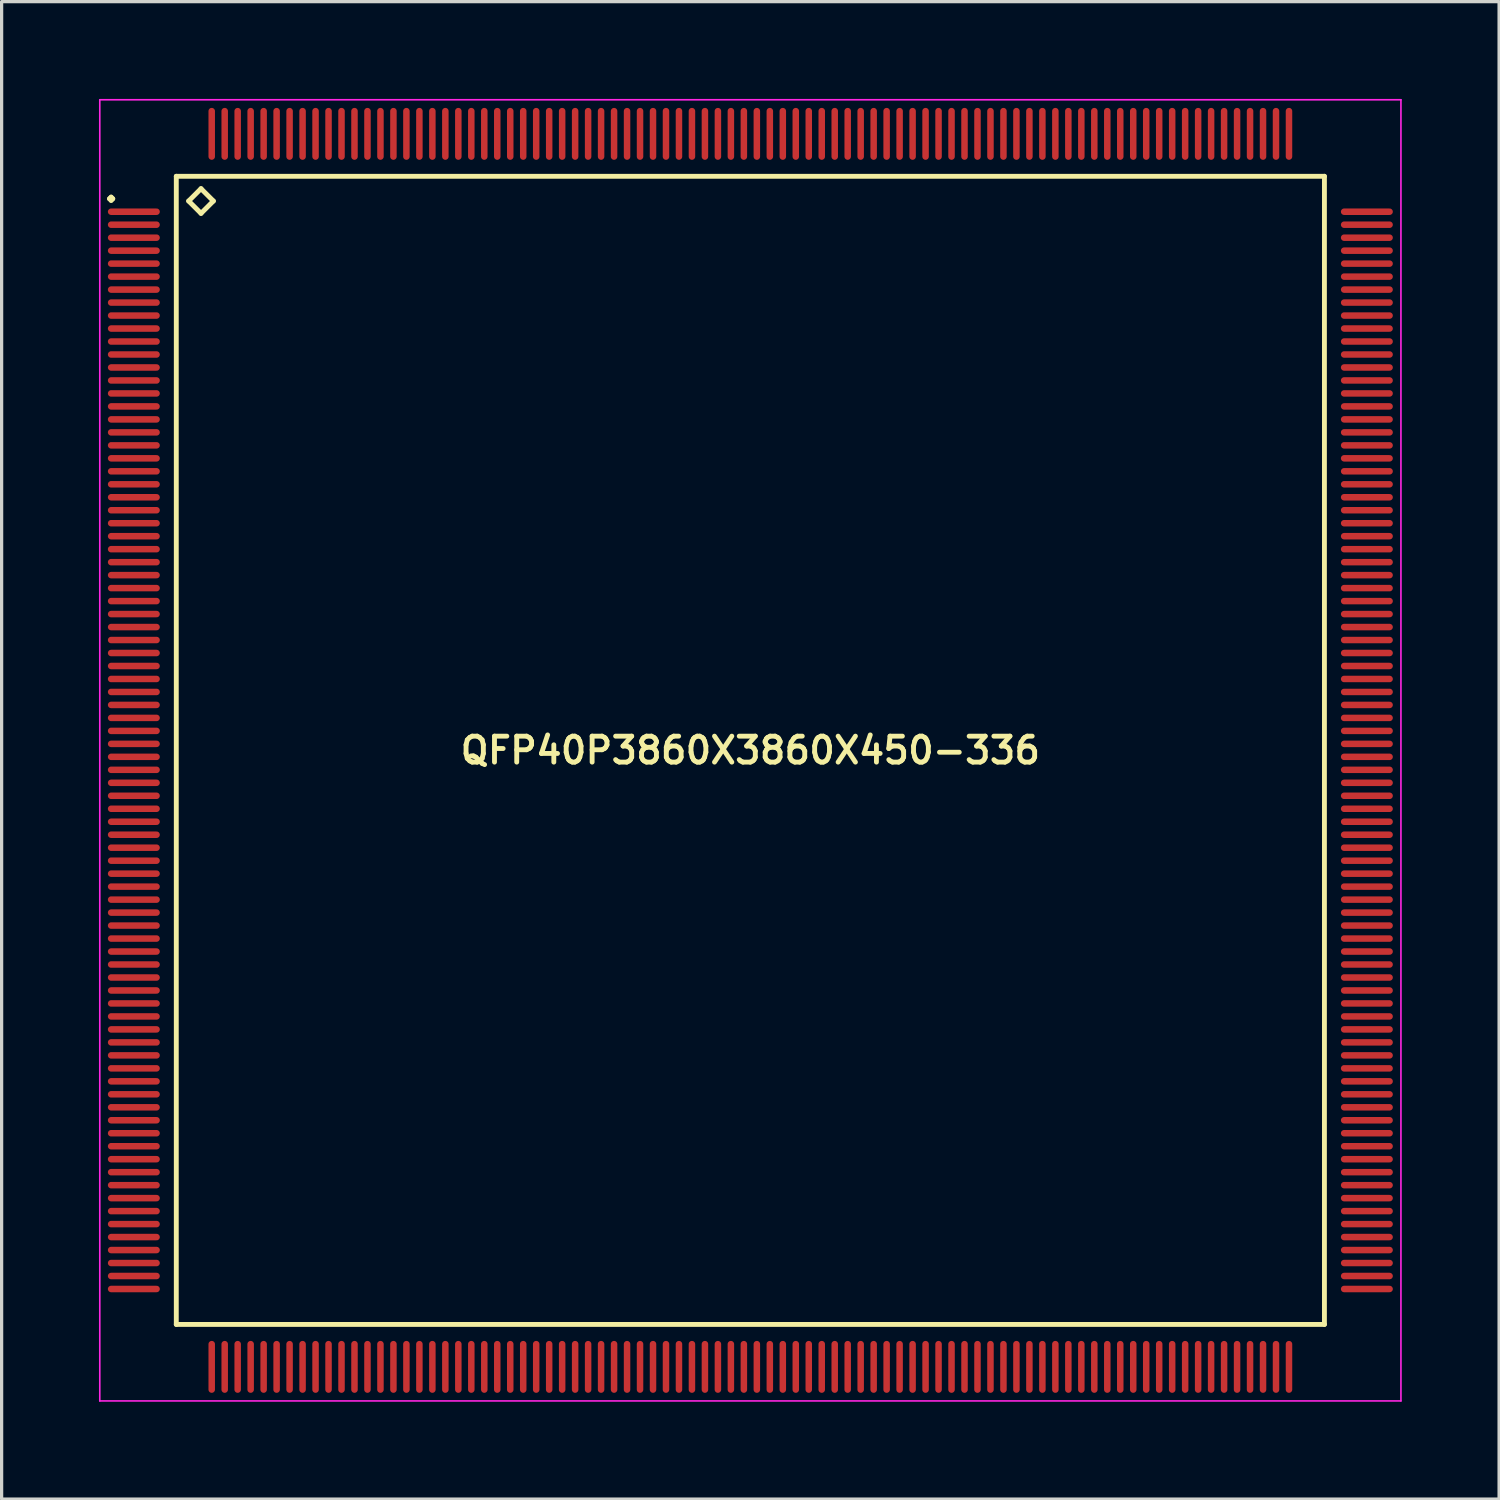
<source format=kicad_pcb>
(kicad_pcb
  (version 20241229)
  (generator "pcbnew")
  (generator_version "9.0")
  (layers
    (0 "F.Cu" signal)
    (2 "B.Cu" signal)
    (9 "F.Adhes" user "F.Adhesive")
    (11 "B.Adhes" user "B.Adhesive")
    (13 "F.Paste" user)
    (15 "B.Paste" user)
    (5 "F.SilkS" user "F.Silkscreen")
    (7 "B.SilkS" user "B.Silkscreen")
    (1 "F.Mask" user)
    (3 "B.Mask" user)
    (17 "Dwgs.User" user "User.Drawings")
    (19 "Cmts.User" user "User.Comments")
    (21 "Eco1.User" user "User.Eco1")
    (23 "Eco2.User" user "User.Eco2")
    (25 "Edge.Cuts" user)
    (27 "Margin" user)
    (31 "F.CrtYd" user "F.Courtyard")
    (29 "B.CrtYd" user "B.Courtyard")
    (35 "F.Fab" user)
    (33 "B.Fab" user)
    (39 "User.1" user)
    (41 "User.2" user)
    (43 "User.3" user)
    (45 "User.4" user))
  (footprint "QFP40P3860X3860X450-336"
    (layer "F.Cu")
    (at 20.075 20.075)
    (property "Reference" "QFP40P3860X3860X450-336" (at 0 0 0) (layer "F.SilkS") (effects (font (size 0.8 0.8) (thickness 0.15))))
    (attr smd)
    (fp_line (start -19.75 -17) (end -19.7 -17.05) (stroke (width 0.15) (type solid)) (layer "F.SilkS"))
    (fp_line (start -19.7 -17.05) (end -19.65 -17) (stroke (width 0.15) (type solid)) (layer "F.SilkS"))
    (fp_line (start -19.7 -16.95) (end -19.75 -17) (stroke (width 0.15) (type solid)) (layer "F.SilkS"))
    (fp_line (start -19.65 -17) (end -19.7 -16.95) (stroke (width 0.15) (type solid)) (layer "F.SilkS"))
    (fp_line (start -17.692 -17.692) (end -17.692 17.692) (stroke (width 0.15) (type solid)) (layer "F.SilkS"))
    (fp_line (start -17.692 17.692) (end 17.692 17.692) (stroke (width 0.15) (type solid)) (layer "F.SilkS"))
    (fp_line (start -17.311 -16.93) (end -16.93 -17.311) (stroke (width 0.15) (type solid)) (layer "F.SilkS"))
    (fp_line (start -16.93 -17.311) (end -16.549 -16.93) (stroke (width 0.15) (type solid)) (layer "F.SilkS"))
    (fp_line (start -16.93 -16.549) (end -17.311 -16.93) (stroke (width 0.15) (type solid)) (layer "F.SilkS"))
    (fp_line (start -16.549 -16.93) (end -16.93 -16.549) (stroke (width 0.15) (type solid)) (layer "F.SilkS"))
    (fp_line (start 17.692 -17.692) (end -17.692 -17.692) (stroke (width 0.15) (type solid)) (layer "F.SilkS"))
    (fp_line (start 17.692 17.692) (end 17.692 -17.692) (stroke (width 0.15) (type solid)) (layer "F.SilkS"))
    (fp_line (start -20.05 -20.05) (end 20.05 -20.05) (stroke (width 0.05) (type solid)) (layer "F.CrtYd"))
    (fp_line (start -20.05 20.05) (end -20.05 -20.05) (stroke (width 0.05) (type solid)) (layer "F.CrtYd"))
    (fp_line (start 20.05 -20.05) (end 20.05 20.05) (stroke (width 0.05) (type solid)) (layer "F.CrtYd"))
    (fp_line (start 20.05 20.05) (end -20.05 20.05) (stroke (width 0.05) (type solid)) (layer "F.CrtYd"))
    (pad "1" smd oval (at -19 -16.6) (size 1.6 0.2) (layers "F.Cu" "F.Mask" "F.Paste"))
    (pad "2" smd oval (at -19 -16.2) (size 1.6 0.2) (layers "F.Cu" "F.Mask" "F.Paste"))
    (pad "3" smd oval (at -19 -15.8) (size 1.6 0.2) (layers "F.Cu" "F.Mask" "F.Paste"))
    (pad "4" smd oval (at -19 -15.4) (size 1.6 0.2) (layers "F.Cu" "F.Mask" "F.Paste"))
    (pad "5" smd oval (at -19 -15) (size 1.6 0.2) (layers "F.Cu" "F.Mask" "F.Paste"))
    (pad "6" smd oval (at -19 -14.6) (size 1.6 0.2) (layers "F.Cu" "F.Mask" "F.Paste"))
    (pad "7" smd oval (at -19 -14.2) (size 1.6 0.2) (layers "F.Cu" "F.Mask" "F.Paste"))
    (pad "8" smd oval (at -19 -13.8) (size 1.6 0.2) (layers "F.Cu" "F.Mask" "F.Paste"))
    (pad "9" smd oval (at -19 -13.4) (size 1.6 0.2) (layers "F.Cu" "F.Mask" "F.Paste"))
    (pad "10" smd oval (at -19 -13) (size 1.6 0.2) (layers "F.Cu" "F.Mask" "F.Paste"))
    (pad "11" smd oval (at -19 -12.6) (size 1.6 0.2) (layers "F.Cu" "F.Mask" "F.Paste"))
    (pad "12" smd oval (at -19 -12.2) (size 1.6 0.2) (layers "F.Cu" "F.Mask" "F.Paste"))
    (pad "13" smd oval (at -19 -11.8) (size 1.6 0.2) (layers "F.Cu" "F.Mask" "F.Paste"))
    (pad "14" smd oval (at -19 -11.4) (size 1.6 0.2) (layers "F.Cu" "F.Mask" "F.Paste"))
    (pad "15" smd oval (at -19 -11) (size 1.6 0.2) (layers "F.Cu" "F.Mask" "F.Paste"))
    (pad "16" smd oval (at -19 -10.6) (size 1.6 0.2) (layers "F.Cu" "F.Mask" "F.Paste"))
    (pad "17" smd oval (at -19 -10.2) (size 1.6 0.2) (layers "F.Cu" "F.Mask" "F.Paste"))
    (pad "18" smd oval (at -19 -9.8) (size 1.6 0.2) (layers "F.Cu" "F.Mask" "F.Paste"))
    (pad "19" smd oval (at -19 -9.4) (size 1.6 0.2) (layers "F.Cu" "F.Mask" "F.Paste"))
    (pad "20" smd oval (at -19 -9) (size 1.6 0.2) (layers "F.Cu" "F.Mask" "F.Paste"))
    (pad "21" smd oval (at -19 -8.6) (size 1.6 0.2) (layers "F.Cu" "F.Mask" "F.Paste"))
    (pad "22" smd oval (at -19 -8.2) (size 1.6 0.2) (layers "F.Cu" "F.Mask" "F.Paste"))
    (pad "23" smd oval (at -19 -7.8) (size 1.6 0.2) (layers "F.Cu" "F.Mask" "F.Paste"))
    (pad "24" smd oval (at -19 -7.4) (size 1.6 0.2) (layers "F.Cu" "F.Mask" "F.Paste"))
    (pad "25" smd oval (at -19 -7) (size 1.6 0.2) (layers "F.Cu" "F.Mask" "F.Paste"))
    (pad "26" smd oval (at -19 -6.6) (size 1.6 0.2) (layers "F.Cu" "F.Mask" "F.Paste"))
    (pad "27" smd oval (at -19 -6.2) (size 1.6 0.2) (layers "F.Cu" "F.Mask" "F.Paste"))
    (pad "28" smd oval (at -19 -5.8) (size 1.6 0.2) (layers "F.Cu" "F.Mask" "F.Paste"))
    (pad "29" smd oval (at -19 -5.4) (size 1.6 0.2) (layers "F.Cu" "F.Mask" "F.Paste"))
    (pad "30" smd oval (at -19 -5) (size 1.6 0.2) (layers "F.Cu" "F.Mask" "F.Paste"))
    (pad "31" smd oval (at -19 -4.6) (size 1.6 0.2) (layers "F.Cu" "F.Mask" "F.Paste"))
    (pad "32" smd oval (at -19 -4.2) (size 1.6 0.2) (layers "F.Cu" "F.Mask" "F.Paste"))
    (pad "33" smd oval (at -19 -3.8) (size 1.6 0.2) (layers "F.Cu" "F.Mask" "F.Paste"))
    (pad "34" smd oval (at -19 -3.4) (size 1.6 0.2) (layers "F.Cu" "F.Mask" "F.Paste"))
    (pad "35" smd oval (at -19 -3) (size 1.6 0.2) (layers "F.Cu" "F.Mask" "F.Paste"))
    (pad "36" smd oval (at -19 -2.6) (size 1.6 0.2) (layers "F.Cu" "F.Mask" "F.Paste"))
    (pad "37" smd oval (at -19 -2.2) (size 1.6 0.2) (layers "F.Cu" "F.Mask" "F.Paste"))
    (pad "38" smd oval (at -19 -1.8) (size 1.6 0.2) (layers "F.Cu" "F.Mask" "F.Paste"))
    (pad "39" smd oval (at -19 -1.4) (size 1.6 0.2) (layers "F.Cu" "F.Mask" "F.Paste"))
    (pad "40" smd oval (at -19 -1) (size 1.6 0.2) (layers "F.Cu" "F.Mask" "F.Paste"))
    (pad "41" smd oval (at -19 -0.6) (size 1.6 0.2) (layers "F.Cu" "F.Mask" "F.Paste"))
    (pad "42" smd oval (at -19 -0.2) (size 1.6 0.2) (layers "F.Cu" "F.Mask" "F.Paste"))
    (pad "43" smd oval (at -19 0.2) (size 1.6 0.2) (layers "F.Cu" "F.Mask" "F.Paste"))
    (pad "44" smd oval (at -19 0.6) (size 1.6 0.2) (layers "F.Cu" "F.Mask" "F.Paste"))
    (pad "45" smd oval (at -19 1) (size 1.6 0.2) (layers "F.Cu" "F.Mask" "F.Paste"))
    (pad "46" smd oval (at -19 1.4) (size 1.6 0.2) (layers "F.Cu" "F.Mask" "F.Paste"))
    (pad "47" smd oval (at -19 1.8) (size 1.6 0.2) (layers "F.Cu" "F.Mask" "F.Paste"))
    (pad "48" smd oval (at -19 2.2) (size 1.6 0.2) (layers "F.Cu" "F.Mask" "F.Paste"))
    (pad "49" smd oval (at -19 2.6) (size 1.6 0.2) (layers "F.Cu" "F.Mask" "F.Paste"))
    (pad "50" smd oval (at -19 3) (size 1.6 0.2) (layers "F.Cu" "F.Mask" "F.Paste"))
    (pad "51" smd oval (at -19 3.4) (size 1.6 0.2) (layers "F.Cu" "F.Mask" "F.Paste"))
    (pad "52" smd oval (at -19 3.8) (size 1.6 0.2) (layers "F.Cu" "F.Mask" "F.Paste"))
    (pad "53" smd oval (at -19 4.2) (size 1.6 0.2) (layers "F.Cu" "F.Mask" "F.Paste"))
    (pad "54" smd oval (at -19 4.6) (size 1.6 0.2) (layers "F.Cu" "F.Mask" "F.Paste"))
    (pad "55" smd oval (at -19 5) (size 1.6 0.2) (layers "F.Cu" "F.Mask" "F.Paste"))
    (pad "56" smd oval (at -19 5.4) (size 1.6 0.2) (layers "F.Cu" "F.Mask" "F.Paste"))
    (pad "57" smd oval (at -19 5.8) (size 1.6 0.2) (layers "F.Cu" "F.Mask" "F.Paste"))
    (pad "58" smd oval (at -19 6.2) (size 1.6 0.2) (layers "F.Cu" "F.Mask" "F.Paste"))
    (pad "59" smd oval (at -19 6.6) (size 1.6 0.2) (layers "F.Cu" "F.Mask" "F.Paste"))
    (pad "60" smd oval (at -19 7) (size 1.6 0.2) (layers "F.Cu" "F.Mask" "F.Paste"))
    (pad "61" smd oval (at -19 7.4) (size 1.6 0.2) (layers "F.Cu" "F.Mask" "F.Paste"))
    (pad "62" smd oval (at -19 7.8) (size 1.6 0.2) (layers "F.Cu" "F.Mask" "F.Paste"))
    (pad "63" smd oval (at -19 8.2) (size 1.6 0.2) (layers "F.Cu" "F.Mask" "F.Paste"))
    (pad "64" smd oval (at -19 8.6) (size 1.6 0.2) (layers "F.Cu" "F.Mask" "F.Paste"))
    (pad "65" smd oval (at -19 9) (size 1.6 0.2) (layers "F.Cu" "F.Mask" "F.Paste"))
    (pad "66" smd oval (at -19 9.4) (size 1.6 0.2) (layers "F.Cu" "F.Mask" "F.Paste"))
    (pad "67" smd oval (at -19 9.8) (size 1.6 0.2) (layers "F.Cu" "F.Mask" "F.Paste"))
    (pad "68" smd oval (at -19 10.2) (size 1.6 0.2) (layers "F.Cu" "F.Mask" "F.Paste"))
    (pad "69" smd oval (at -19 10.6) (size 1.6 0.2) (layers "F.Cu" "F.Mask" "F.Paste"))
    (pad "70" smd oval (at -19 11) (size 1.6 0.2) (layers "F.Cu" "F.Mask" "F.Paste"))
    (pad "71" smd oval (at -19 11.4) (size 1.6 0.2) (layers "F.Cu" "F.Mask" "F.Paste"))
    (pad "72" smd oval (at -19 11.8) (size 1.6 0.2) (layers "F.Cu" "F.Mask" "F.Paste"))
    (pad "73" smd oval (at -19 12.2) (size 1.6 0.2) (layers "F.Cu" "F.Mask" "F.Paste"))
    (pad "74" smd oval (at -19 12.6) (size 1.6 0.2) (layers "F.Cu" "F.Mask" "F.Paste"))
    (pad "75" smd oval (at -19 13) (size 1.6 0.2) (layers "F.Cu" "F.Mask" "F.Paste"))
    (pad "76" smd oval (at -19 13.4) (size 1.6 0.2) (layers "F.Cu" "F.Mask" "F.Paste"))
    (pad "77" smd oval (at -19 13.8) (size 1.6 0.2) (layers "F.Cu" "F.Mask" "F.Paste"))
    (pad "78" smd oval (at -19 14.2) (size 1.6 0.2) (layers "F.Cu" "F.Mask" "F.Paste"))
    (pad "79" smd oval (at -19 14.6) (size 1.6 0.2) (layers "F.Cu" "F.Mask" "F.Paste"))
    (pad "80" smd oval (at -19 15) (size 1.6 0.2) (layers "F.Cu" "F.Mask" "F.Paste"))
    (pad "81" smd oval (at -19 15.4) (size 1.6 0.2) (layers "F.Cu" "F.Mask" "F.Paste"))
    (pad "82" smd oval (at -19 15.8) (size 1.6 0.2) (layers "F.Cu" "F.Mask" "F.Paste"))
    (pad "83" smd oval (at -19 16.2) (size 1.6 0.2) (layers "F.Cu" "F.Mask" "F.Paste"))
    (pad "84" smd oval (at -19 16.6) (size 1.6 0.2) (layers "F.Cu" "F.Mask" "F.Paste"))
    (pad "85" smd oval (at -16.6 19) (size 0.2 1.6) (layers "F.Cu" "F.Mask" "F.Paste"))
    (pad "86" smd oval (at -16.2 19) (size 0.2 1.6) (layers "F.Cu" "F.Mask" "F.Paste"))
    (pad "87" smd oval (at -15.8 19) (size 0.2 1.6) (layers "F.Cu" "F.Mask" "F.Paste"))
    (pad "88" smd oval (at -15.4 19) (size 0.2 1.6) (layers "F.Cu" "F.Mask" "F.Paste"))
    (pad "89" smd oval (at -15 19) (size 0.2 1.6) (layers "F.Cu" "F.Mask" "F.Paste"))
    (pad "90" smd oval (at -14.6 19) (size 0.2 1.6) (layers "F.Cu" "F.Mask" "F.Paste"))
    (pad "91" smd oval (at -14.2 19) (size 0.2 1.6) (layers "F.Cu" "F.Mask" "F.Paste"))
    (pad "92" smd oval (at -13.8 19) (size 0.2 1.6) (layers "F.Cu" "F.Mask" "F.Paste"))
    (pad "93" smd oval (at -13.4 19) (size 0.2 1.6) (layers "F.Cu" "F.Mask" "F.Paste"))
    (pad "94" smd oval (at -13 19) (size 0.2 1.6) (layers "F.Cu" "F.Mask" "F.Paste"))
    (pad "95" smd oval (at -12.6 19) (size 0.2 1.6) (layers "F.Cu" "F.Mask" "F.Paste"))
    (pad "96" smd oval (at -12.2 19) (size 0.2 1.6) (layers "F.Cu" "F.Mask" "F.Paste"))
    (pad "97" smd oval (at -11.8 19) (size 0.2 1.6) (layers "F.Cu" "F.Mask" "F.Paste"))
    (pad "98" smd oval (at -11.4 19) (size 0.2 1.6) (layers "F.Cu" "F.Mask" "F.Paste"))
    (pad "99" smd oval (at -11 19) (size 0.2 1.6) (layers "F.Cu" "F.Mask" "F.Paste"))
    (pad "100" smd oval (at -10.6 19) (size 0.2 1.6) (layers "F.Cu" "F.Mask" "F.Paste"))
    (pad "101" smd oval (at -10.2 19) (size 0.2 1.6) (layers "F.Cu" "F.Mask" "F.Paste"))
    (pad "102" smd oval (at -9.8 19) (size 0.2 1.6) (layers "F.Cu" "F.Mask" "F.Paste"))
    (pad "103" smd oval (at -9.4 19) (size 0.2 1.6) (layers "F.Cu" "F.Mask" "F.Paste"))
    (pad "104" smd oval (at -9 19) (size 0.2 1.6) (layers "F.Cu" "F.Mask" "F.Paste"))
    (pad "105" smd oval (at -8.6 19) (size 0.2 1.6) (layers "F.Cu" "F.Mask" "F.Paste"))
    (pad "106" smd oval (at -8.2 19) (size 0.2 1.6) (layers "F.Cu" "F.Mask" "F.Paste"))
    (pad "107" smd oval (at -7.8 19) (size 0.2 1.6) (layers "F.Cu" "F.Mask" "F.Paste"))
    (pad "108" smd oval (at -7.4 19) (size 0.2 1.6) (layers "F.Cu" "F.Mask" "F.Paste"))
    (pad "109" smd oval (at -7 19) (size 0.2 1.6) (layers "F.Cu" "F.Mask" "F.Paste"))
    (pad "110" smd oval (at -6.6 19) (size 0.2 1.6) (layers "F.Cu" "F.Mask" "F.Paste"))
    (pad "111" smd oval (at -6.2 19) (size 0.2 1.6) (layers "F.Cu" "F.Mask" "F.Paste"))
    (pad "112" smd oval (at -5.8 19) (size 0.2 1.6) (layers "F.Cu" "F.Mask" "F.Paste"))
    (pad "113" smd oval (at -5.4 19) (size 0.2 1.6) (layers "F.Cu" "F.Mask" "F.Paste"))
    (pad "114" smd oval (at -5 19) (size 0.2 1.6) (layers "F.Cu" "F.Mask" "F.Paste"))
    (pad "115" smd oval (at -4.6 19) (size 0.2 1.6) (layers "F.Cu" "F.Mask" "F.Paste"))
    (pad "116" smd oval (at -4.2 19) (size 0.2 1.6) (layers "F.Cu" "F.Mask" "F.Paste"))
    (pad "117" smd oval (at -3.8 19) (size 0.2 1.6) (layers "F.Cu" "F.Mask" "F.Paste"))
    (pad "118" smd oval (at -3.4 19) (size 0.2 1.6) (layers "F.Cu" "F.Mask" "F.Paste"))
    (pad "119" smd oval (at -3 19) (size 0.2 1.6) (layers "F.Cu" "F.Mask" "F.Paste"))
    (pad "120" smd oval (at -2.6 19) (size 0.2 1.6) (layers "F.Cu" "F.Mask" "F.Paste"))
    (pad "121" smd oval (at -2.2 19) (size 0.2 1.6) (layers "F.Cu" "F.Mask" "F.Paste"))
    (pad "122" smd oval (at -1.8 19) (size 0.2 1.6) (layers "F.Cu" "F.Mask" "F.Paste"))
    (pad "123" smd oval (at -1.4 19) (size 0.2 1.6) (layers "F.Cu" "F.Mask" "F.Paste"))
    (pad "124" smd oval (at -1 19) (size 0.2 1.6) (layers "F.Cu" "F.Mask" "F.Paste"))
    (pad "125" smd oval (at -0.6 19) (size 0.2 1.6) (layers "F.Cu" "F.Mask" "F.Paste"))
    (pad "126" smd oval (at -0.2 19) (size 0.2 1.6) (layers "F.Cu" "F.Mask" "F.Paste"))
    (pad "127" smd oval (at 0.2 19) (size 0.2 1.6) (layers "F.Cu" "F.Mask" "F.Paste"))
    (pad "128" smd oval (at 0.6 19) (size 0.2 1.6) (layers "F.Cu" "F.Mask" "F.Paste"))
    (pad "129" smd oval (at 1 19) (size 0.2 1.6) (layers "F.Cu" "F.Mask" "F.Paste"))
    (pad "130" smd oval (at 1.4 19) (size 0.2 1.6) (layers "F.Cu" "F.Mask" "F.Paste"))
    (pad "131" smd oval (at 1.8 19) (size 0.2 1.6) (layers "F.Cu" "F.Mask" "F.Paste"))
    (pad "132" smd oval (at 2.2 19) (size 0.2 1.6) (layers "F.Cu" "F.Mask" "F.Paste"))
    (pad "133" smd oval (at 2.6 19) (size 0.2 1.6) (layers "F.Cu" "F.Mask" "F.Paste"))
    (pad "134" smd oval (at 3 19) (size 0.2 1.6) (layers "F.Cu" "F.Mask" "F.Paste"))
    (pad "135" smd oval (at 3.4 19) (size 0.2 1.6) (layers "F.Cu" "F.Mask" "F.Paste"))
    (pad "136" smd oval (at 3.8 19) (size 0.2 1.6) (layers "F.Cu" "F.Mask" "F.Paste"))
    (pad "137" smd oval (at 4.2 19) (size 0.2 1.6) (layers "F.Cu" "F.Mask" "F.Paste"))
    (pad "138" smd oval (at 4.6 19) (size 0.2 1.6) (layers "F.Cu" "F.Mask" "F.Paste"))
    (pad "139" smd oval (at 5 19) (size 0.2 1.6) (layers "F.Cu" "F.Mask" "F.Paste"))
    (pad "140" smd oval (at 5.4 19) (size 0.2 1.6) (layers "F.Cu" "F.Mask" "F.Paste"))
    (pad "141" smd oval (at 5.8 19) (size 0.2 1.6) (layers "F.Cu" "F.Mask" "F.Paste"))
    (pad "142" smd oval (at 6.2 19) (size 0.2 1.6) (layers "F.Cu" "F.Mask" "F.Paste"))
    (pad "143" smd oval (at 6.6 19) (size 0.2 1.6) (layers "F.Cu" "F.Mask" "F.Paste"))
    (pad "144" smd oval (at 7 19) (size 0.2 1.6) (layers "F.Cu" "F.Mask" "F.Paste"))
    (pad "145" smd oval (at 7.4 19) (size 0.2 1.6) (layers "F.Cu" "F.Mask" "F.Paste"))
    (pad "146" smd oval (at 7.8 19) (size 0.2 1.6) (layers "F.Cu" "F.Mask" "F.Paste"))
    (pad "147" smd oval (at 8.2 19) (size 0.2 1.6) (layers "F.Cu" "F.Mask" "F.Paste"))
    (pad "148" smd oval (at 8.6 19) (size 0.2 1.6) (layers "F.Cu" "F.Mask" "F.Paste"))
    (pad "149" smd oval (at 9 19) (size 0.2 1.6) (layers "F.Cu" "F.Mask" "F.Paste"))
    (pad "150" smd oval (at 9.4 19) (size 0.2 1.6) (layers "F.Cu" "F.Mask" "F.Paste"))
    (pad "151" smd oval (at 9.8 19) (size 0.2 1.6) (layers "F.Cu" "F.Mask" "F.Paste"))
    (pad "152" smd oval (at 10.2 19) (size 0.2 1.6) (layers "F.Cu" "F.Mask" "F.Paste"))
    (pad "153" smd oval (at 10.6 19) (size 0.2 1.6) (layers "F.Cu" "F.Mask" "F.Paste"))
    (pad "154" smd oval (at 11 19) (size 0.2 1.6) (layers "F.Cu" "F.Mask" "F.Paste"))
    (pad "155" smd oval (at 11.4 19) (size 0.2 1.6) (layers "F.Cu" "F.Mask" "F.Paste"))
    (pad "156" smd oval (at 11.8 19) (size 0.2 1.6) (layers "F.Cu" "F.Mask" "F.Paste"))
    (pad "157" smd oval (at 12.2 19) (size 0.2 1.6) (layers "F.Cu" "F.Mask" "F.Paste"))
    (pad "158" smd oval (at 12.6 19) (size 0.2 1.6) (layers "F.Cu" "F.Mask" "F.Paste"))
    (pad "159" smd oval (at 13 19) (size 0.2 1.6) (layers "F.Cu" "F.Mask" "F.Paste"))
    (pad "160" smd oval (at 13.4 19) (size 0.2 1.6) (layers "F.Cu" "F.Mask" "F.Paste"))
    (pad "161" smd oval (at 13.8 19) (size 0.2 1.6) (layers "F.Cu" "F.Mask" "F.Paste"))
    (pad "162" smd oval (at 14.2 19) (size 0.2 1.6) (layers "F.Cu" "F.Mask" "F.Paste"))
    (pad "163" smd oval (at 14.6 19) (size 0.2 1.6) (layers "F.Cu" "F.Mask" "F.Paste"))
    (pad "164" smd oval (at 15 19) (size 0.2 1.6) (layers "F.Cu" "F.Mask" "F.Paste"))
    (pad "165" smd oval (at 15.4 19) (size 0.2 1.6) (layers "F.Cu" "F.Mask" "F.Paste"))
    (pad "166" smd oval (at 15.8 19) (size 0.2 1.6) (layers "F.Cu" "F.Mask" "F.Paste"))
    (pad "167" smd oval (at 16.2 19) (size 0.2 1.6) (layers "F.Cu" "F.Mask" "F.Paste"))
    (pad "168" smd oval (at 16.6 19) (size 0.2 1.6) (layers "F.Cu" "F.Mask" "F.Paste"))
    (pad "169" smd oval (at 19 16.6) (size 1.6 0.2) (layers "F.Cu" "F.Mask" "F.Paste"))
    (pad "170" smd oval (at 19 16.2) (size 1.6 0.2) (layers "F.Cu" "F.Mask" "F.Paste"))
    (pad "171" smd oval (at 19 15.8) (size 1.6 0.2) (layers "F.Cu" "F.Mask" "F.Paste"))
    (pad "172" smd oval (at 19 15.4) (size 1.6 0.2) (layers "F.Cu" "F.Mask" "F.Paste"))
    (pad "173" smd oval (at 19 15) (size 1.6 0.2) (layers "F.Cu" "F.Mask" "F.Paste"))
    (pad "174" smd oval (at 19 14.6) (size 1.6 0.2) (layers "F.Cu" "F.Mask" "F.Paste"))
    (pad "175" smd oval (at 19 14.2) (size 1.6 0.2) (layers "F.Cu" "F.Mask" "F.Paste"))
    (pad "176" smd oval (at 19 13.8) (size 1.6 0.2) (layers "F.Cu" "F.Mask" "F.Paste"))
    (pad "177" smd oval (at 19 13.4) (size 1.6 0.2) (layers "F.Cu" "F.Mask" "F.Paste"))
    (pad "178" smd oval (at 19 13) (size 1.6 0.2) (layers "F.Cu" "F.Mask" "F.Paste"))
    (pad "179" smd oval (at 19 12.6) (size 1.6 0.2) (layers "F.Cu" "F.Mask" "F.Paste"))
    (pad "180" smd oval (at 19 12.2) (size 1.6 0.2) (layers "F.Cu" "F.Mask" "F.Paste"))
    (pad "181" smd oval (at 19 11.8) (size 1.6 0.2) (layers "F.Cu" "F.Mask" "F.Paste"))
    (pad "182" smd oval (at 19 11.4) (size 1.6 0.2) (layers "F.Cu" "F.Mask" "F.Paste"))
    (pad "183" smd oval (at 19 11) (size 1.6 0.2) (layers "F.Cu" "F.Mask" "F.Paste"))
    (pad "184" smd oval (at 19 10.6) (size 1.6 0.2) (layers "F.Cu" "F.Mask" "F.Paste"))
    (pad "185" smd oval (at 19 10.2) (size 1.6 0.2) (layers "F.Cu" "F.Mask" "F.Paste"))
    (pad "186" smd oval (at 19 9.8) (size 1.6 0.2) (layers "F.Cu" "F.Mask" "F.Paste"))
    (pad "187" smd oval (at 19 9.4) (size 1.6 0.2) (layers "F.Cu" "F.Mask" "F.Paste"))
    (pad "188" smd oval (at 19 9) (size 1.6 0.2) (layers "F.Cu" "F.Mask" "F.Paste"))
    (pad "189" smd oval (at 19 8.6) (size 1.6 0.2) (layers "F.Cu" "F.Mask" "F.Paste"))
    (pad "190" smd oval (at 19 8.2) (size 1.6 0.2) (layers "F.Cu" "F.Mask" "F.Paste"))
    (pad "191" smd oval (at 19 7.8) (size 1.6 0.2) (layers "F.Cu" "F.Mask" "F.Paste"))
    (pad "192" smd oval (at 19 7.4) (size 1.6 0.2) (layers "F.Cu" "F.Mask" "F.Paste"))
    (pad "193" smd oval (at 19 7) (size 1.6 0.2) (layers "F.Cu" "F.Mask" "F.Paste"))
    (pad "194" smd oval (at 19 6.6) (size 1.6 0.2) (layers "F.Cu" "F.Mask" "F.Paste"))
    (pad "195" smd oval (at 19 6.2) (size 1.6 0.2) (layers "F.Cu" "F.Mask" "F.Paste"))
    (pad "196" smd oval (at 19 5.8) (size 1.6 0.2) (layers "F.Cu" "F.Mask" "F.Paste"))
    (pad "197" smd oval (at 19 5.4) (size 1.6 0.2) (layers "F.Cu" "F.Mask" "F.Paste"))
    (pad "198" smd oval (at 19 5) (size 1.6 0.2) (layers "F.Cu" "F.Mask" "F.Paste"))
    (pad "199" smd oval (at 19 4.6) (size 1.6 0.2) (layers "F.Cu" "F.Mask" "F.Paste"))
    (pad "200" smd oval (at 19 4.2) (size 1.6 0.2) (layers "F.Cu" "F.Mask" "F.Paste"))
    (pad "201" smd oval (at 19 3.8) (size 1.6 0.2) (layers "F.Cu" "F.Mask" "F.Paste"))
    (pad "202" smd oval (at 19 3.4) (size 1.6 0.2) (layers "F.Cu" "F.Mask" "F.Paste"))
    (pad "203" smd oval (at 19 3) (size 1.6 0.2) (layers "F.Cu" "F.Mask" "F.Paste"))
    (pad "204" smd oval (at 19 2.6) (size 1.6 0.2) (layers "F.Cu" "F.Mask" "F.Paste"))
    (pad "205" smd oval (at 19 2.2) (size 1.6 0.2) (layers "F.Cu" "F.Mask" "F.Paste"))
    (pad "206" smd oval (at 19 1.8) (size 1.6 0.2) (layers "F.Cu" "F.Mask" "F.Paste"))
    (pad "207" smd oval (at 19 1.4) (size 1.6 0.2) (layers "F.Cu" "F.Mask" "F.Paste"))
    (pad "208" smd oval (at 19 1) (size 1.6 0.2) (layers "F.Cu" "F.Mask" "F.Paste"))
    (pad "209" smd oval (at 19 0.6) (size 1.6 0.2) (layers "F.Cu" "F.Mask" "F.Paste"))
    (pad "210" smd oval (at 19 0.2) (size 1.6 0.2) (layers "F.Cu" "F.Mask" "F.Paste"))
    (pad "211" smd oval (at 19 -0.2) (size 1.6 0.2) (layers "F.Cu" "F.Mask" "F.Paste"))
    (pad "212" smd oval (at 19 -0.6) (size 1.6 0.2) (layers "F.Cu" "F.Mask" "F.Paste"))
    (pad "213" smd oval (at 19 -1) (size 1.6 0.2) (layers "F.Cu" "F.Mask" "F.Paste"))
    (pad "214" smd oval (at 19 -1.4) (size 1.6 0.2) (layers "F.Cu" "F.Mask" "F.Paste"))
    (pad "215" smd oval (at 19 -1.8) (size 1.6 0.2) (layers "F.Cu" "F.Mask" "F.Paste"))
    (pad "216" smd oval (at 19 -2.2) (size 1.6 0.2) (layers "F.Cu" "F.Mask" "F.Paste"))
    (pad "217" smd oval (at 19 -2.6) (size 1.6 0.2) (layers "F.Cu" "F.Mask" "F.Paste"))
    (pad "218" smd oval (at 19 -3) (size 1.6 0.2) (layers "F.Cu" "F.Mask" "F.Paste"))
    (pad "219" smd oval (at 19 -3.4) (size 1.6 0.2) (layers "F.Cu" "F.Mask" "F.Paste"))
    (pad "220" smd oval (at 19 -3.8) (size 1.6 0.2) (layers "F.Cu" "F.Mask" "F.Paste"))
    (pad "221" smd oval (at 19 -4.2) (size 1.6 0.2) (layers "F.Cu" "F.Mask" "F.Paste"))
    (pad "222" smd oval (at 19 -4.6) (size 1.6 0.2) (layers "F.Cu" "F.Mask" "F.Paste"))
    (pad "223" smd oval (at 19 -5) (size 1.6 0.2) (layers "F.Cu" "F.Mask" "F.Paste"))
    (pad "224" smd oval (at 19 -5.4) (size 1.6 0.2) (layers "F.Cu" "F.Mask" "F.Paste"))
    (pad "225" smd oval (at 19 -5.8) (size 1.6 0.2) (layers "F.Cu" "F.Mask" "F.Paste"))
    (pad "226" smd oval (at 19 -6.2) (size 1.6 0.2) (layers "F.Cu" "F.Mask" "F.Paste"))
    (pad "227" smd oval (at 19 -6.6) (size 1.6 0.2) (layers "F.Cu" "F.Mask" "F.Paste"))
    (pad "228" smd oval (at 19 -7) (size 1.6 0.2) (layers "F.Cu" "F.Mask" "F.Paste"))
    (pad "229" smd oval (at 19 -7.4) (size 1.6 0.2) (layers "F.Cu" "F.Mask" "F.Paste"))
    (pad "230" smd oval (at 19 -7.8) (size 1.6 0.2) (layers "F.Cu" "F.Mask" "F.Paste"))
    (pad "231" smd oval (at 19 -8.2) (size 1.6 0.2) (layers "F.Cu" "F.Mask" "F.Paste"))
    (pad "232" smd oval (at 19 -8.6) (size 1.6 0.2) (layers "F.Cu" "F.Mask" "F.Paste"))
    (pad "233" smd oval (at 19 -9) (size 1.6 0.2) (layers "F.Cu" "F.Mask" "F.Paste"))
    (pad "234" smd oval (at 19 -9.4) (size 1.6 0.2) (layers "F.Cu" "F.Mask" "F.Paste"))
    (pad "235" smd oval (at 19 -9.8) (size 1.6 0.2) (layers "F.Cu" "F.Mask" "F.Paste"))
    (pad "236" smd oval (at 19 -10.2) (size 1.6 0.2) (layers "F.Cu" "F.Mask" "F.Paste"))
    (pad "237" smd oval (at 19 -10.6) (size 1.6 0.2) (layers "F.Cu" "F.Mask" "F.Paste"))
    (pad "238" smd oval (at 19 -11) (size 1.6 0.2) (layers "F.Cu" "F.Mask" "F.Paste"))
    (pad "239" smd oval (at 19 -11.4) (size 1.6 0.2) (layers "F.Cu" "F.Mask" "F.Paste"))
    (pad "240" smd oval (at 19 -11.8) (size 1.6 0.2) (layers "F.Cu" "F.Mask" "F.Paste"))
    (pad "241" smd oval (at 19 -12.2) (size 1.6 0.2) (layers "F.Cu" "F.Mask" "F.Paste"))
    (pad "242" smd oval (at 19 -12.6) (size 1.6 0.2) (layers "F.Cu" "F.Mask" "F.Paste"))
    (pad "243" smd oval (at 19 -13) (size 1.6 0.2) (layers "F.Cu" "F.Mask" "F.Paste"))
    (pad "244" smd oval (at 19 -13.4) (size 1.6 0.2) (layers "F.Cu" "F.Mask" "F.Paste"))
    (pad "245" smd oval (at 19 -13.8) (size 1.6 0.2) (layers "F.Cu" "F.Mask" "F.Paste"))
    (pad "246" smd oval (at 19 -14.2) (size 1.6 0.2) (layers "F.Cu" "F.Mask" "F.Paste"))
    (pad "247" smd oval (at 19 -14.6) (size 1.6 0.2) (layers "F.Cu" "F.Mask" "F.Paste"))
    (pad "248" smd oval (at 19 -15) (size 1.6 0.2) (layers "F.Cu" "F.Mask" "F.Paste"))
    (pad "249" smd oval (at 19 -15.4) (size 1.6 0.2) (layers "F.Cu" "F.Mask" "F.Paste"))
    (pad "250" smd oval (at 19 -15.8) (size 1.6 0.2) (layers "F.Cu" "F.Mask" "F.Paste"))
    (pad "251" smd oval (at 19 -16.2) (size 1.6 0.2) (layers "F.Cu" "F.Mask" "F.Paste"))
    (pad "252" smd oval (at 19 -16.6) (size 1.6 0.2) (layers "F.Cu" "F.Mask" "F.Paste"))
    (pad "253" smd oval (at 16.6 -19) (size 0.2 1.6) (layers "F.Cu" "F.Mask" "F.Paste"))
    (pad "254" smd oval (at 16.2 -19) (size 0.2 1.6) (layers "F.Cu" "F.Mask" "F.Paste"))
    (pad "255" smd oval (at 15.8 -19) (size 0.2 1.6) (layers "F.Cu" "F.Mask" "F.Paste"))
    (pad "256" smd oval (at 15.4 -19) (size 0.2 1.6) (layers "F.Cu" "F.Mask" "F.Paste"))
    (pad "257" smd oval (at 15 -19) (size 0.2 1.6) (layers "F.Cu" "F.Mask" "F.Paste"))
    (pad "258" smd oval (at 14.6 -19) (size 0.2 1.6) (layers "F.Cu" "F.Mask" "F.Paste"))
    (pad "259" smd oval (at 14.2 -19) (size 0.2 1.6) (layers "F.Cu" "F.Mask" "F.Paste"))
    (pad "260" smd oval (at 13.8 -19) (size 0.2 1.6) (layers "F.Cu" "F.Mask" "F.Paste"))
    (pad "261" smd oval (at 13.4 -19) (size 0.2 1.6) (layers "F.Cu" "F.Mask" "F.Paste"))
    (pad "262" smd oval (at 13 -19) (size 0.2 1.6) (layers "F.Cu" "F.Mask" "F.Paste"))
    (pad "263" smd oval (at 12.6 -19) (size 0.2 1.6) (layers "F.Cu" "F.Mask" "F.Paste"))
    (pad "264" smd oval (at 12.2 -19) (size 0.2 1.6) (layers "F.Cu" "F.Mask" "F.Paste"))
    (pad "265" smd oval (at 11.8 -19) (size 0.2 1.6) (layers "F.Cu" "F.Mask" "F.Paste"))
    (pad "266" smd oval (at 11.4 -19) (size 0.2 1.6) (layers "F.Cu" "F.Mask" "F.Paste"))
    (pad "267" smd oval (at 11 -19) (size 0.2 1.6) (layers "F.Cu" "F.Mask" "F.Paste"))
    (pad "268" smd oval (at 10.6 -19) (size 0.2 1.6) (layers "F.Cu" "F.Mask" "F.Paste"))
    (pad "269" smd oval (at 10.2 -19) (size 0.2 1.6) (layers "F.Cu" "F.Mask" "F.Paste"))
    (pad "270" smd oval (at 9.8 -19) (size 0.2 1.6) (layers "F.Cu" "F.Mask" "F.Paste"))
    (pad "271" smd oval (at 9.4 -19) (size 0.2 1.6) (layers "F.Cu" "F.Mask" "F.Paste"))
    (pad "272" smd oval (at 9 -19) (size 0.2 1.6) (layers "F.Cu" "F.Mask" "F.Paste"))
    (pad "273" smd oval (at 8.6 -19) (size 0.2 1.6) (layers "F.Cu" "F.Mask" "F.Paste"))
    (pad "274" smd oval (at 8.2 -19) (size 0.2 1.6) (layers "F.Cu" "F.Mask" "F.Paste"))
    (pad "275" smd oval (at 7.8 -19) (size 0.2 1.6) (layers "F.Cu" "F.Mask" "F.Paste"))
    (pad "276" smd oval (at 7.4 -19) (size 0.2 1.6) (layers "F.Cu" "F.Mask" "F.Paste"))
    (pad "277" smd oval (at 7 -19) (size 0.2 1.6) (layers "F.Cu" "F.Mask" "F.Paste"))
    (pad "278" smd oval (at 6.6 -19) (size 0.2 1.6) (layers "F.Cu" "F.Mask" "F.Paste"))
    (pad "279" smd oval (at 6.2 -19) (size 0.2 1.6) (layers "F.Cu" "F.Mask" "F.Paste"))
    (pad "280" smd oval (at 5.8 -19) (size 0.2 1.6) (layers "F.Cu" "F.Mask" "F.Paste"))
    (pad "281" smd oval (at 5.4 -19) (size 0.2 1.6) (layers "F.Cu" "F.Mask" "F.Paste"))
    (pad "282" smd oval (at 5 -19) (size 0.2 1.6) (layers "F.Cu" "F.Mask" "F.Paste"))
    (pad "283" smd oval (at 4.6 -19) (size 0.2 1.6) (layers "F.Cu" "F.Mask" "F.Paste"))
    (pad "284" smd oval (at 4.2 -19) (size 0.2 1.6) (layers "F.Cu" "F.Mask" "F.Paste"))
    (pad "285" smd oval (at 3.8 -19) (size 0.2 1.6) (layers "F.Cu" "F.Mask" "F.Paste"))
    (pad "286" smd oval (at 3.4 -19) (size 0.2 1.6) (layers "F.Cu" "F.Mask" "F.Paste"))
    (pad "287" smd oval (at 3 -19) (size 0.2 1.6) (layers "F.Cu" "F.Mask" "F.Paste"))
    (pad "288" smd oval (at 2.6 -19) (size 0.2 1.6) (layers "F.Cu" "F.Mask" "F.Paste"))
    (pad "289" smd oval (at 2.2 -19) (size 0.2 1.6) (layers "F.Cu" "F.Mask" "F.Paste"))
    (pad "290" smd oval (at 1.8 -19) (size 0.2 1.6) (layers "F.Cu" "F.Mask" "F.Paste"))
    (pad "291" smd oval (at 1.4 -19) (size 0.2 1.6) (layers "F.Cu" "F.Mask" "F.Paste"))
    (pad "292" smd oval (at 1 -19) (size 0.2 1.6) (layers "F.Cu" "F.Mask" "F.Paste"))
    (pad "293" smd oval (at 0.6 -19) (size 0.2 1.6) (layers "F.Cu" "F.Mask" "F.Paste"))
    (pad "294" smd oval (at 0.2 -19) (size 0.2 1.6) (layers "F.Cu" "F.Mask" "F.Paste"))
    (pad "295" smd oval (at -0.2 -19) (size 0.2 1.6) (layers "F.Cu" "F.Mask" "F.Paste"))
    (pad "296" smd oval (at -0.6 -19) (size 0.2 1.6) (layers "F.Cu" "F.Mask" "F.Paste"))
    (pad "297" smd oval (at -1 -19) (size 0.2 1.6) (layers "F.Cu" "F.Mask" "F.Paste"))
    (pad "298" smd oval (at -1.4 -19) (size 0.2 1.6) (layers "F.Cu" "F.Mask" "F.Paste"))
    (pad "299" smd oval (at -1.8 -19) (size 0.2 1.6) (layers "F.Cu" "F.Mask" "F.Paste"))
    (pad "300" smd oval (at -2.2 -19) (size 0.2 1.6) (layers "F.Cu" "F.Mask" "F.Paste"))
    (pad "301" smd oval (at -2.6 -19) (size 0.2 1.6) (layers "F.Cu" "F.Mask" "F.Paste"))
    (pad "302" smd oval (at -3 -19) (size 0.2 1.6) (layers "F.Cu" "F.Mask" "F.Paste"))
    (pad "303" smd oval (at -3.4 -19) (size 0.2 1.6) (layers "F.Cu" "F.Mask" "F.Paste"))
    (pad "304" smd oval (at -3.8 -19) (size 0.2 1.6) (layers "F.Cu" "F.Mask" "F.Paste"))
    (pad "305" smd oval (at -4.2 -19) (size 0.2 1.6) (layers "F.Cu" "F.Mask" "F.Paste"))
    (pad "306" smd oval (at -4.6 -19) (size 0.2 1.6) (layers "F.Cu" "F.Mask" "F.Paste"))
    (pad "307" smd oval (at -5 -19) (size 0.2 1.6) (layers "F.Cu" "F.Mask" "F.Paste"))
    (pad "308" smd oval (at -5.4 -19) (size 0.2 1.6) (layers "F.Cu" "F.Mask" "F.Paste"))
    (pad "309" smd oval (at -5.8 -19) (size 0.2 1.6) (layers "F.Cu" "F.Mask" "F.Paste"))
    (pad "310" smd oval (at -6.2 -19) (size 0.2 1.6) (layers "F.Cu" "F.Mask" "F.Paste"))
    (pad "311" smd oval (at -6.6 -19) (size 0.2 1.6) (layers "F.Cu" "F.Mask" "F.Paste"))
    (pad "312" smd oval (at -7 -19) (size 0.2 1.6) (layers "F.Cu" "F.Mask" "F.Paste"))
    (pad "313" smd oval (at -7.4 -19) (size 0.2 1.6) (layers "F.Cu" "F.Mask" "F.Paste"))
    (pad "314" smd oval (at -7.8 -19) (size 0.2 1.6) (layers "F.Cu" "F.Mask" "F.Paste"))
    (pad "315" smd oval (at -8.2 -19) (size 0.2 1.6) (layers "F.Cu" "F.Mask" "F.Paste"))
    (pad "316" smd oval (at -8.6 -19) (size 0.2 1.6) (layers "F.Cu" "F.Mask" "F.Paste"))
    (pad "317" smd oval (at -9 -19) (size 0.2 1.6) (layers "F.Cu" "F.Mask" "F.Paste"))
    (pad "318" smd oval (at -9.4 -19) (size 0.2 1.6) (layers "F.Cu" "F.Mask" "F.Paste"))
    (pad "319" smd oval (at -9.8 -19) (size 0.2 1.6) (layers "F.Cu" "F.Mask" "F.Paste"))
    (pad "320" smd oval (at -10.2 -19) (size 0.2 1.6) (layers "F.Cu" "F.Mask" "F.Paste"))
    (pad "321" smd oval (at -10.6 -19) (size 0.2 1.6) (layers "F.Cu" "F.Mask" "F.Paste"))
    (pad "322" smd oval (at -11 -19) (size 0.2 1.6) (layers "F.Cu" "F.Mask" "F.Paste"))
    (pad "323" smd oval (at -11.4 -19) (size 0.2 1.6) (layers "F.Cu" "F.Mask" "F.Paste"))
    (pad "324" smd oval (at -11.8 -19) (size 0.2 1.6) (layers "F.Cu" "F.Mask" "F.Paste"))
    (pad "325" smd oval (at -12.2 -19) (size 0.2 1.6) (layers "F.Cu" "F.Mask" "F.Paste"))
    (pad "326" smd oval (at -12.6 -19) (size 0.2 1.6) (layers "F.Cu" "F.Mask" "F.Paste"))
    (pad "327" smd oval (at -13 -19) (size 0.2 1.6) (layers "F.Cu" "F.Mask" "F.Paste"))
    (pad "328" smd oval (at -13.4 -19) (size 0.2 1.6) (layers "F.Cu" "F.Mask" "F.Paste"))
    (pad "329" smd oval (at -13.8 -19) (size 0.2 1.6) (layers "F.Cu" "F.Mask" "F.Paste"))
    (pad "330" smd oval (at -14.2 -19) (size 0.2 1.6) (layers "F.Cu" "F.Mask" "F.Paste"))
    (pad "331" smd oval (at -14.6 -19) (size 0.2 1.6) (layers "F.Cu" "F.Mask" "F.Paste"))
    (pad "332" smd oval (at -15 -19) (size 0.2 1.6) (layers "F.Cu" "F.Mask" "F.Paste"))
    (pad "333" smd oval (at -15.4 -19) (size 0.2 1.6) (layers "F.Cu" "F.Mask" "F.Paste"))
    (pad "334" smd oval (at -15.8 -19) (size 0.2 1.6) (layers "F.Cu" "F.Mask" "F.Paste"))
    (pad "335" smd oval (at -16.2 -19) (size 0.2 1.6) (layers "F.Cu" "F.Mask" "F.Paste"))
    (pad "336" smd oval (at -16.6 -19) (size 0.2 1.6) (layers "F.Cu" "F.Mask" "F.Paste")))
  (gr_rect
    (start -3 -3)
    (end 43.15 43.15)
    (stroke (width 0.1) (type default))
    (fill no)
    (layer "Edge.Cuts")))
</source>
